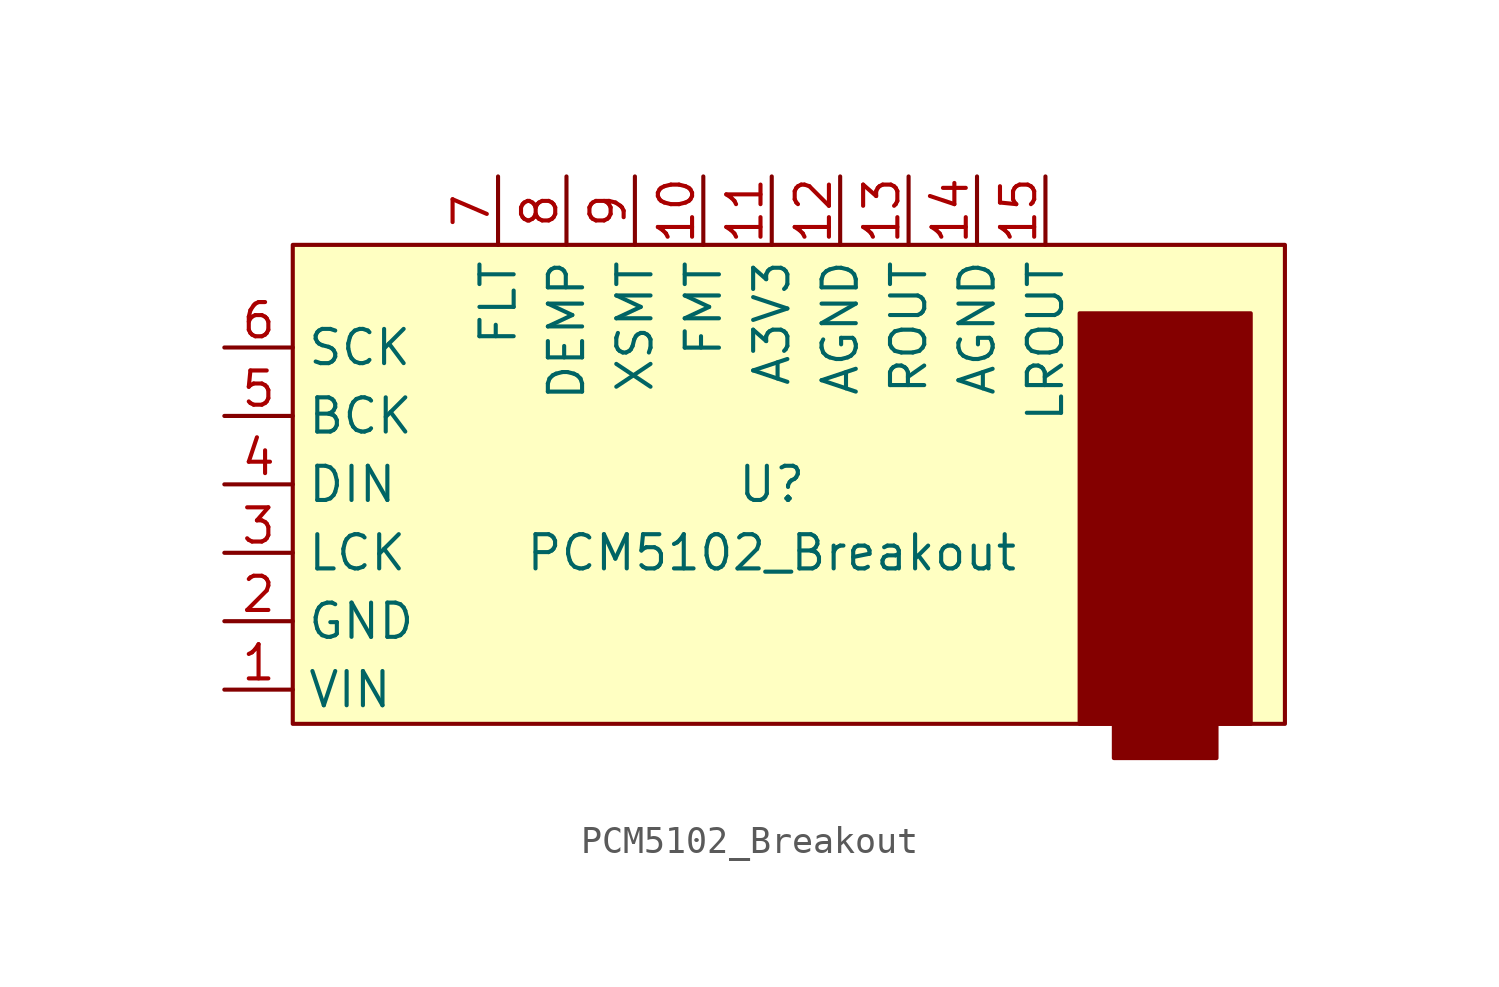
<source format=kicad_sym>
(kicad_symbol_lib
  (version 20211014)
  (generator kicad_symbol_editor)
  (symbol "PCM5102_Breakout"
    (property "Reference" "U"
      (at 0 0 0)
      (effects (font (size 1.27 1.27))))
    (property "Value" "PCM5102_Breakout"
      (at 0 -2.54 0)
      (effects (font (size 1.27 1.27))))
    (symbol "PCM5102_Breakout_0_1"
      (rectangle (start -17.78 -8.89) (end 19.05 8.89) (stroke (width 0) (type default) (color 0 0 0 0)) (fill (type background)))
      (rectangle (start 11.43 6.35) (end 17.78 -8.89) (stroke (width 0) (type default) (color 0 0 0 0)) (fill (type outline)))
      (rectangle (start 12.7 -8.89) (end 16.51 -10.16) (stroke (width 0) (type default) (color 0 0 0 0)) (fill (type outline))))
    (symbol "PCM5102_Breakout_1_1"
      (pin input line (at -20.32 -7.62 0) (length 2.54) (name "VIN" (effects (font (size 1.27 1.27)))) (number "1" (effects (font (size 1.27 1.27)))))
      (pin input line (at -2.54 11.43 270) (length 2.54) (name "FMT" (effects (font (size 1.27 1.27)))) (number "10" (effects (font (size 1.27 1.27)))))
      (pin input line (at 0 11.43 270) (length 2.54) (name "A3V3" (effects (font (size 1.27 1.27)))) (number "11" (effects (font (size 1.27 1.27)))))
      (pin input line (at 2.54 11.43 270) (length 2.54) (name "AGND" (effects (font (size 1.27 1.27)))) (number "12" (effects (font (size 1.27 1.27)))))
      (pin input line (at 5.08 11.43 270) (length 2.54) (name "ROUT" (effects (font (size 1.27 1.27)))) (number "13" (effects (font (size 1.27 1.27)))))
      (pin input line (at 7.62 11.43 270) (length 2.54) (name "AGND" (effects (font (size 1.27 1.27)))) (number "14" (effects (font (size 1.27 1.27)))))
      (pin input line (at 10.16 11.43 270) (length 2.54) (name "LROUT" (effects (font (size 1.27 1.27)))) (number "15" (effects (font (size 1.27 1.27)))))
      (pin input line (at -20.32 -5.08 0) (length 2.54) (name "GND" (effects (font (size 1.27 1.27)))) (number "2" (effects (font (size 1.27 1.27)))))
      (pin input line (at -20.32 -2.54 0) (length 2.54) (name "LCK" (effects (font (size 1.27 1.27)))) (number "3" (effects (font (size 1.27 1.27)))))
      (pin input line (at -20.32 0 0) (length 2.54) (name "DIN" (effects (font (size 1.27 1.27)))) (number "4" (effects (font (size 1.27 1.27)))))
      (pin input line (at -20.32 2.54 0) (length 2.54) (name "BCK" (effects (font (size 1.27 1.27)))) (number "5" (effects (font (size 1.27 1.27)))))
      (pin input line (at -20.32 5.08 0) (length 2.54) (name "SCK" (effects (font (size 1.27 1.27)))) (number "6" (effects (font (size 1.27 1.27)))))
      (pin input line (at -10.16 11.43 270) (length 2.54) (name "FLT" (effects (font (size 1.27 1.27)))) (number "7" (effects (font (size 1.27 1.27)))))
      (pin input line (at -7.62 11.43 270) (length 2.54) (name "DEMP" (effects (font (size 1.27 1.27)))) (number "8" (effects (font (size 1.27 1.27)))))
      (pin input line (at -5.08 11.43 270) (length 2.54) (name "XSMT" (effects (font (size 1.27 1.27)))) (number "9" (effects (font (size 1.27 1.27))))))))
</source>
